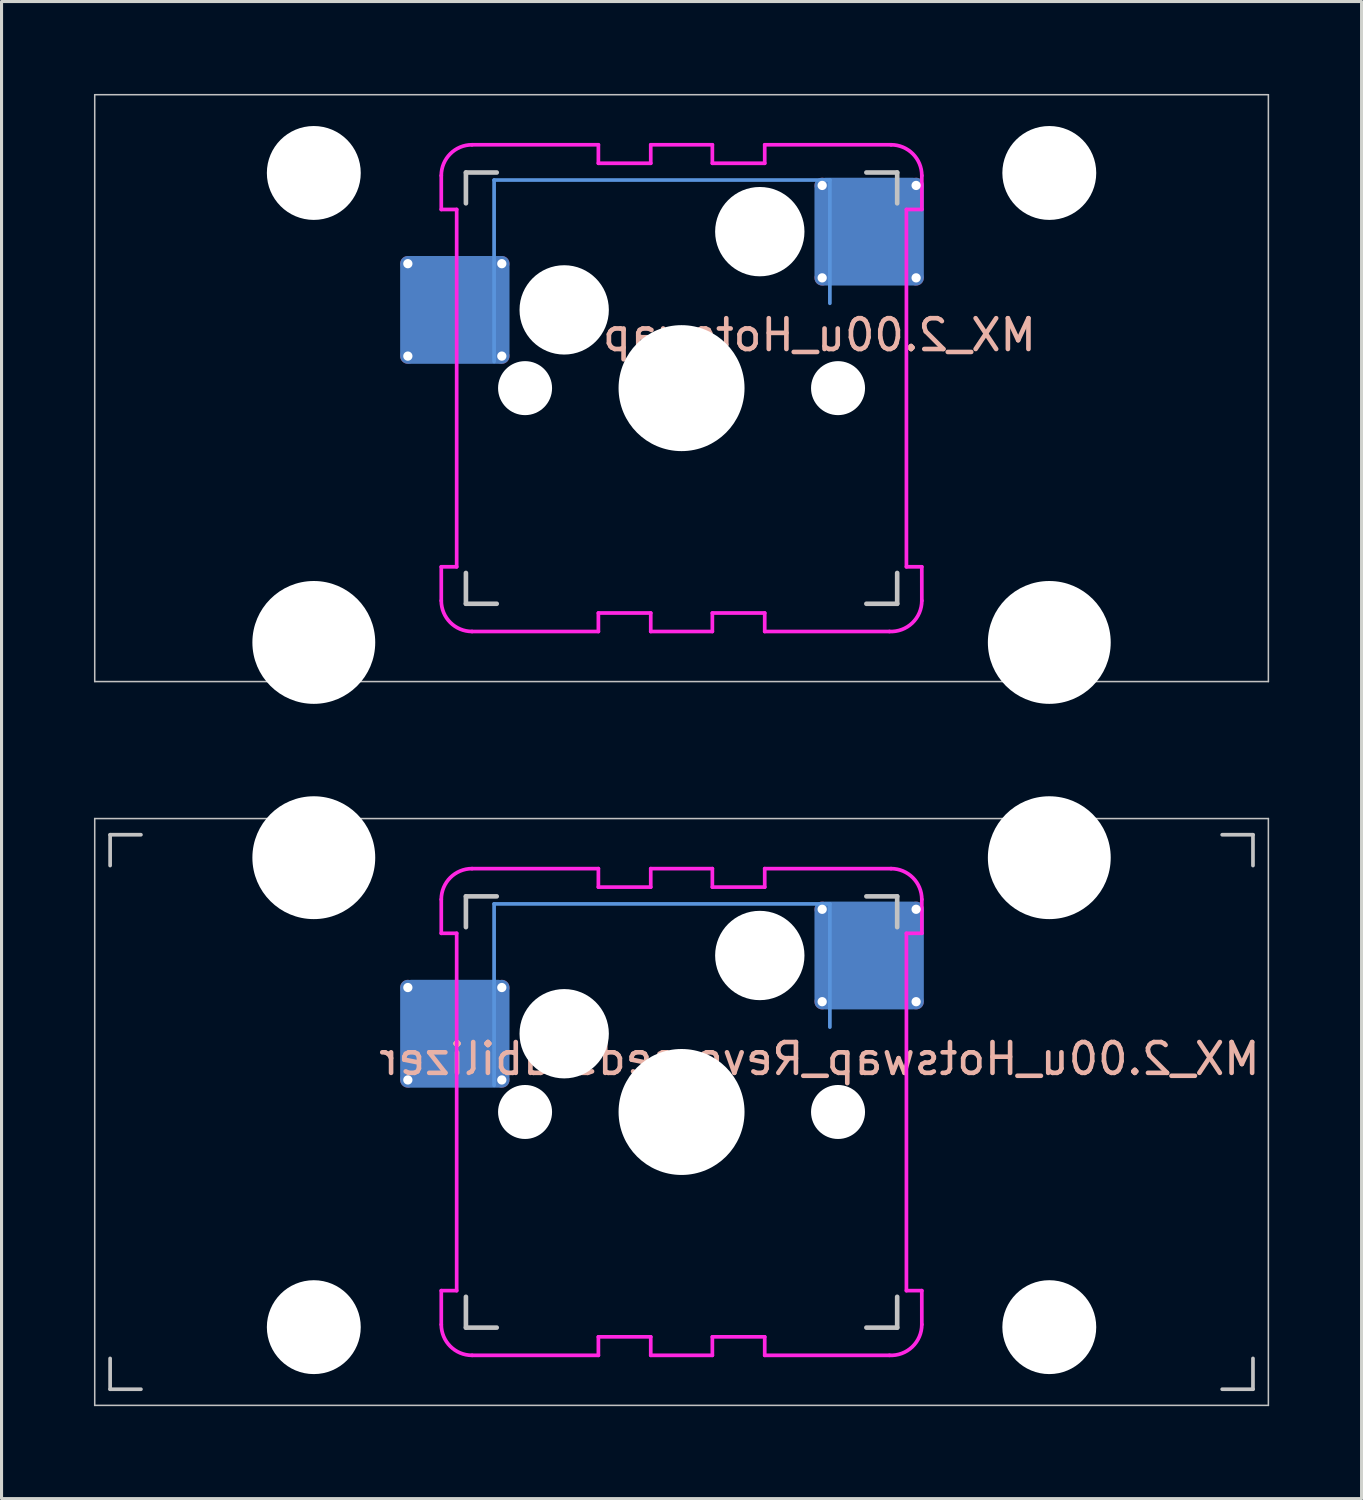
<source format=kicad_pcb>
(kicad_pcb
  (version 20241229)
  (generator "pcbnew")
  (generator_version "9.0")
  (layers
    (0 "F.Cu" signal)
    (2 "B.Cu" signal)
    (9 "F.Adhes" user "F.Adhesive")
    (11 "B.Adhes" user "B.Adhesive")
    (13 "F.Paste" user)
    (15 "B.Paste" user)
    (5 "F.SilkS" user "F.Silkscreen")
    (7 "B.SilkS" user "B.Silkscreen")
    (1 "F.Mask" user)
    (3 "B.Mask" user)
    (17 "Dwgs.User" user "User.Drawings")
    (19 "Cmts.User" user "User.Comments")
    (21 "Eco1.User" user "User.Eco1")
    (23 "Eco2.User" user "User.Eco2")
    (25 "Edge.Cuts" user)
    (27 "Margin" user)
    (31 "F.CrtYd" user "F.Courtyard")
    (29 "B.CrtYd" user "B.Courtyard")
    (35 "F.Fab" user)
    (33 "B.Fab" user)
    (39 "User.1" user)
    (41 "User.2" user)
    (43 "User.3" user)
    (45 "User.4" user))
  (footprint "MX_2.00u_Hotswap_ReversedStabilizer"
    (layer "F.Cu")
    (at 19.075 33.048)
    (property "Reference" "MX_2.00u_Hotswap_ReversedStabilizer" (at 4.475 -1.725 0) (unlocked yes) (layer "B.SilkS") (effects (font (size 1 1) (thickness 0.15)) (justify mirror)))
    (attr through_hole)
    (fp_line (start -19.05 -9.525) (end 19.05 -9.525) (stroke (width 0.05) (type solid)) (layer "Dwgs.User"))
    (fp_line (start -19.05 9.525) (end -19.05 -9.525) (stroke (width 0.05) (type solid)) (layer "Dwgs.User"))
    (fp_line (start -18.55 -9) (end -17.55 -9) (stroke (width 0.12) (type solid)) (layer "Dwgs.User"))
    (fp_line (start -18.55 -8) (end -18.55 -9) (stroke (width 0.12) (type solid)) (layer "Dwgs.User"))
    (fp_line (start -18.55 9) (end -18.55 8) (stroke (width 0.12) (type solid)) (layer "Dwgs.User"))
    (fp_line (start -17.55 9) (end -18.55 9) (stroke (width 0.12) (type solid)) (layer "Dwgs.User"))
    (fp_line (start -7 -7) (end -6 -7) (stroke (width 0.15) (type solid)) (layer "Dwgs.User"))
    (fp_line (start -7 -6) (end -7 -7) (stroke (width 0.15) (type solid)) (layer "Dwgs.User"))
    (fp_line (start -7 6) (end -7 7) (stroke (width 0.15) (type solid)) (layer "Dwgs.User"))
    (fp_line (start -7 7) (end -6 7) (stroke (width 0.15) (type solid)) (layer "Dwgs.User"))
    (fp_line (start 6 7) (end 7 7) (stroke (width 0.15) (type solid)) (layer "Dwgs.User"))
    (fp_line (start 7 -7) (end 6 -7) (stroke (width 0.15) (type solid)) (layer "Dwgs.User"))
    (fp_line (start 7 -7) (end 7 -6) (stroke (width 0.15) (type solid)) (layer "Dwgs.User"))
    (fp_line (start 7 7) (end 7 6) (stroke (width 0.15) (type solid)) (layer "Dwgs.User"))
    (fp_line (start 17.55 -9) (end 18.55 -9) (stroke (width 0.12) (type solid)) (layer "Dwgs.User"))
    (fp_line (start 18.55 -9) (end 18.55 -8) (stroke (width 0.12) (type solid)) (layer "Dwgs.User"))
    (fp_line (start 18.55 8) (end 18.55 9) (stroke (width 0.12) (type solid)) (layer "Dwgs.User"))
    (fp_line (start 18.55 9) (end 17.55 9) (stroke (width 0.12) (type solid)) (layer "Dwgs.User"))
    (fp_line (start 19.05 -9.525) (end 19.05 9.525) (stroke (width 0.05) (type solid)) (layer "Dwgs.User"))
    (fp_line (start 19.05 9.525) (end -19.05 9.525) (stroke (width 0.05) (type solid)) (layer "Dwgs.User"))
    (fp_line (start -6.085 -6.755) (end -6.085 -0.865) (stroke (width 0.12) (type solid)) (layer "Cmts.User"))
    (fp_line (start -6.085 -6.755) (end 4.815 -6.755) (stroke (width 0.12) (type solid)) (layer "Cmts.User"))
    (fp_line (start 4.815 -6.755) (end 4.815 -2.755) (stroke (width 0.12) (type solid)) (layer "Cmts.User"))
    (fp_line (start -7.8 -6.9) (end -7.8 -5.8) (stroke (width 0.12) (type solid)) (layer "F.CrtYd"))
    (fp_line (start -7.8 -5.8) (end -7.3 -5.8) (stroke (width 0.12) (type solid)) (layer "F.CrtYd"))
    (fp_line (start -7.8 5.8) (end -7.3 5.8) (stroke (width 0.12) (type solid)) (layer "F.CrtYd"))
    (fp_line (start -7.8 6.9) (end -7.8 5.8) (stroke (width 0.12) (type solid)) (layer "F.CrtYd"))
    (fp_line (start -7.3 -5.8) (end -7.3 5.8) (stroke (width 0.12) (type solid)) (layer "F.CrtYd"))
    (fp_line (start -6.8 -7.9) (end -2.7 -7.9) (stroke (width 0.12) (type solid)) (layer "F.CrtYd"))
    (fp_line (start -6.8 7.9) (end -2.7 7.9) (stroke (width 0.12) (type solid)) (layer "F.CrtYd"))
    (fp_line (start -2.7 -7.9) (end -2.7 -7.3) (stroke (width 0.12) (type solid)) (layer "F.CrtYd"))
    (fp_line (start -2.7 7.3) (end -1 7.3) (stroke (width 0.12) (type solid)) (layer "F.CrtYd"))
    (fp_line (start -2.7 7.9) (end -2.7 7.3) (stroke (width 0.12) (type solid)) (layer "F.CrtYd"))
    (fp_line (start -1 -7.9) (end -1 -7.3) (stroke (width 0.12) (type solid)) (layer "F.CrtYd"))
    (fp_line (start -1 -7.9) (end 1 -7.9) (stroke (width 0.12) (type solid)) (layer "F.CrtYd"))
    (fp_line (start -1 -7.3) (end -2.7 -7.3) (stroke (width 0.12) (type solid)) (layer "F.CrtYd"))
    (fp_line (start -1 7.3) (end -1 7.9) (stroke (width 0.12) (type solid)) (layer "F.CrtYd"))
    (fp_line (start -1 7.9) (end 1 7.9) (stroke (width 0.12) (type solid)) (layer "F.CrtYd"))
    (fp_line (start 1 -7.9) (end 1 -7.3) (stroke (width 0.12) (type solid)) (layer "F.CrtYd"))
    (fp_line (start 1 -7.3) (end 2.7 -7.3) (stroke (width 0.12) (type solid)) (layer "F.CrtYd"))
    (fp_line (start 1 7.3) (end 2.7 7.3) (stroke (width 0.12) (type solid)) (layer "F.CrtYd"))
    (fp_line (start 1 7.9) (end 1 7.3) (stroke (width 0.12) (type solid)) (layer "F.CrtYd"))
    (fp_line (start 2.7 -7.9) (end 2.7 -7.3) (stroke (width 0.12) (type solid)) (layer "F.CrtYd"))
    (fp_line (start 2.7 7.9) (end 2.7 7.3) (stroke (width 0.12) (type solid)) (layer "F.CrtYd"))
    (fp_line (start 6.749 7.9) (end 2.7 7.9) (stroke (width 0.12) (type solid)) (layer "F.CrtYd"))
    (fp_line (start 6.8 -7.9) (end 2.7 -7.9) (stroke (width 0.12) (type solid)) (layer "F.CrtYd"))
    (fp_line (start 7.3 5.8) (end 7.3 -5.8) (stroke (width 0.12) (type solid)) (layer "F.CrtYd"))
    (fp_line (start 7.799 5.8) (end 7.3 5.8) (stroke (width 0.12) (type solid)) (layer "F.CrtYd"))
    (fp_line (start 7.8 -6.9) (end 7.8 -5.8) (stroke (width 0.12) (type solid)) (layer "F.CrtYd"))
    (fp_line (start 7.8 -5.8) (end 7.3 -5.8) (stroke (width 0.12) (type solid)) (layer "F.CrtYd"))
    (fp_line (start 7.8 6.9) (end 7.799 5.8) (stroke (width 0.12) (type solid)) (layer "F.CrtYd"))
    (fp_arc (start -7.8 -6.9) (mid -7.507107 -7.607107) (end -6.8 -7.9) (stroke (width 0.12) (type solid)) (layer "F.CrtYd"))
    (fp_arc (start -6.8 7.9) (mid -7.507107 7.607107) (end -7.8 6.9) (stroke (width 0.12) (type solid)) (layer "F.CrtYd"))
    (fp_arc (start 6.8 -7.9) (mid 7.507107 -7.607107) (end 7.8 -6.9) (stroke (width 0.12) (type solid)) (layer "F.CrtYd"))
    (fp_arc (start 7.8 6.9) (mid 7.488837 7.625453) (end 6.748751 7.9) (stroke (width 0.12) (type solid)) (layer "F.CrtYd"))
    (pad "" np_thru_hole circle (at -11.938 -8.255) (size 3.988 3.988) (drill 3.988) (layers "*.Cu" "*.Mask"))
    (pad "" np_thru_hole circle (at -11.938 6.985) (size 3.048 3.048) (drill 3.048) (layers "*.Cu" "*.Mask"))
    (pad "" np_thru_hole circle (at -5.08 0) (size 1.753 1.753) (drill 1.753) (layers "*.Cu" "*.Mask"))
    (pad "" np_thru_hole circle (at -3.81 -2.54) (size 2.9 2.9) (drill 2.9) (layers "*.Cu" "*.Mask"))
    (pad "" np_thru_hole circle (at 0 0) (size 4.089 4.089) (drill 4.089) (layers "*.Cu" "*.Mask"))
    (pad "" np_thru_hole circle (at 2.54 -5.08) (size 2.9 2.9) (drill 2.9) (layers "*.Cu" "*.Mask"))
    (pad "" np_thru_hole circle (at 5.08 0) (size 1.753 1.753) (drill 1.753) (layers "*.Cu" "*.Mask"))
    (pad "" np_thru_hole circle (at 11.938 -8.255) (size 3.988 3.988) (drill 3.988) (layers "*.Cu" "*.Mask"))
    (pad "" np_thru_hole circle (at 11.938 6.985) (size 3.048 3.048) (drill 3.048) (layers "*.Cu" "*.Mask"))
    (pad "1" thru_hole circle (at -8.885 -4.04) (size 0.5 0.5) (drill 0.3) (layers "*.Cu" "*.Mask"))
    (pad "1" thru_hole circle (at -8.885 -1.04) (size 0.5 0.5) (drill 0.3) (layers "*.Cu" "*.Mask"))
    (pad "1" smd roundrect (at -7.36 -2.54) (size 3.55 3.5) (layers "B.Cu" "B.Mask" "B.Paste") (roundrect_rratio 0.1))
    (pad "1" thru_hole circle (at -5.835 -4.04) (size 0.5 0.5) (drill 0.3) (layers "*.Cu" "*.Mask"))
    (pad "1" thru_hole circle (at -5.835 -1.04) (size 0.5 0.5) (drill 0.3) (layers "*.Cu" "*.Mask"))
    (pad "2" thru_hole circle (at 4.565 -6.58) (size 0.5 0.5) (drill 0.3) (layers "*.Cu" "*.Mask"))
    (pad "2" thru_hole circle (at 4.565 -3.58) (size 0.5 0.5) (drill 0.3) (layers "*.Cu" "*.Mask"))
    (pad "2" smd roundrect (at 6.09 -5.08) (size 3.55 3.5) (layers "B.Cu" "B.Mask" "B.Paste") (roundrect_rratio 0.1))
    (pad "2" thru_hole circle (at 7.615 -6.58) (size 0.5 0.5) (drill 0.3) (layers "*.Cu" "*.Mask"))
    (pad "2" thru_hole circle (at 7.615 -3.58) (size 0.5 0.5) (drill 0.3) (layers "*.Cu" "*.Mask")))
  (footprint "MX_2.00u_Hotswap"
    (layer "F.Cu")
    (at 19.075 9.55)
    (property "Reference" "MX_2.00u_Hotswap" (at 4.475 -1.725 0) (unlocked yes) (layer "B.SilkS") (effects (font (size 1 1) (thickness 0.15)) (justify mirror)))
    (attr through_hole)
    (fp_line (start -19.05 -9.525) (end 19.05 -9.525) (stroke (width 0.05) (type solid)) (layer "Dwgs.User"))
    (fp_line (start -19.05 9.525) (end -19.05 -9.525) (stroke (width 0.05) (type solid)) (layer "Dwgs.User"))
    (fp_line (start -7 -7) (end -6 -7) (stroke (width 0.15) (type solid)) (layer "Dwgs.User"))
    (fp_line (start -7 -6) (end -7 -7) (stroke (width 0.15) (type solid)) (layer "Dwgs.User"))
    (fp_line (start -7 6) (end -7 7) (stroke (width 0.15) (type solid)) (layer "Dwgs.User"))
    (fp_line (start -7 7) (end -6 7) (stroke (width 0.15) (type solid)) (layer "Dwgs.User"))
    (fp_line (start 6 7) (end 7 7) (stroke (width 0.15) (type solid)) (layer "Dwgs.User"))
    (fp_line (start 7 -7) (end 6 -7) (stroke (width 0.15) (type solid)) (layer "Dwgs.User"))
    (fp_line (start 7 -7) (end 7 -6) (stroke (width 0.15) (type solid)) (layer "Dwgs.User"))
    (fp_line (start 7 7) (end 7 6) (stroke (width 0.15) (type solid)) (layer "Dwgs.User"))
    (fp_line (start 19.05 -9.525) (end 19.05 9.525) (stroke (width 0.05) (type solid)) (layer "Dwgs.User"))
    (fp_line (start 19.05 9.525) (end -19.05 9.525) (stroke (width 0.05) (type solid)) (layer "Dwgs.User"))
    (fp_line (start -6.085 -6.755) (end -6.085 -0.865) (stroke (width 0.12) (type solid)) (layer "Cmts.User"))
    (fp_line (start -6.085 -6.755) (end 4.815 -6.755) (stroke (width 0.12) (type solid)) (layer "Cmts.User"))
    (fp_line (start 4.815 -6.755) (end 4.815 -2.755) (stroke (width 0.12) (type solid)) (layer "Cmts.User"))
    (fp_line (start -7.8 -6.9) (end -7.8 -5.8) (stroke (width 0.12) (type solid)) (layer "F.CrtYd"))
    (fp_line (start -7.8 -5.8) (end -7.3 -5.8) (stroke (width 0.12) (type solid)) (layer "F.CrtYd"))
    (fp_line (start -7.8 5.8) (end -7.3 5.8) (stroke (width 0.12) (type solid)) (layer "F.CrtYd"))
    (fp_line (start -7.8 6.9) (end -7.8 5.8) (stroke (width 0.12) (type solid)) (layer "F.CrtYd"))
    (fp_line (start -7.3 -5.8) (end -7.3 5.8) (stroke (width 0.12) (type solid)) (layer "F.CrtYd"))
    (fp_line (start -6.8 -7.9) (end -2.7 -7.9) (stroke (width 0.12) (type solid)) (layer "F.CrtYd"))
    (fp_line (start -6.8 7.9) (end -2.7 7.9) (stroke (width 0.12) (type solid)) (layer "F.CrtYd"))
    (fp_line (start -2.7 -7.9) (end -2.7 -7.3) (stroke (width 0.12) (type solid)) (layer "F.CrtYd"))
    (fp_line (start -2.7 7.3) (end -1 7.3) (stroke (width 0.12) (type solid)) (layer "F.CrtYd"))
    (fp_line (start -2.7 7.9) (end -2.7 7.3) (stroke (width 0.12) (type solid)) (layer "F.CrtYd"))
    (fp_line (start -1 -7.9) (end -1 -7.3) (stroke (width 0.12) (type solid)) (layer "F.CrtYd"))
    (fp_line (start -1 -7.9) (end 1 -7.9) (stroke (width 0.12) (type solid)) (layer "F.CrtYd"))
    (fp_line (start -1 -7.3) (end -2.7 -7.3) (stroke (width 0.12) (type solid)) (layer "F.CrtYd"))
    (fp_line (start -1 7.3) (end -1 7.9) (stroke (width 0.12) (type solid)) (layer "F.CrtYd"))
    (fp_line (start -1 7.9) (end 1 7.9) (stroke (width 0.12) (type solid)) (layer "F.CrtYd"))
    (fp_line (start 1 -7.9) (end 1 -7.3) (stroke (width 0.12) (type solid)) (layer "F.CrtYd"))
    (fp_line (start 1 -7.3) (end 2.7 -7.3) (stroke (width 0.12) (type solid)) (layer "F.CrtYd"))
    (fp_line (start 1 7.3) (end 2.7 7.3) (stroke (width 0.12) (type solid)) (layer "F.CrtYd"))
    (fp_line (start 1 7.9) (end 1 7.3) (stroke (width 0.12) (type solid)) (layer "F.CrtYd"))
    (fp_line (start 2.7 -7.9) (end 2.7 -7.3) (stroke (width 0.12) (type solid)) (layer "F.CrtYd"))
    (fp_line (start 2.7 7.9) (end 2.7 7.3) (stroke (width 0.12) (type solid)) (layer "F.CrtYd"))
    (fp_line (start 6.749 7.9) (end 2.7 7.9) (stroke (width 0.12) (type solid)) (layer "F.CrtYd"))
    (fp_line (start 6.8 -7.9) (end 2.7 -7.9) (stroke (width 0.12) (type solid)) (layer "F.CrtYd"))
    (fp_line (start 7.3 5.8) (end 7.3 -5.8) (stroke (width 0.12) (type solid)) (layer "F.CrtYd"))
    (fp_line (start 7.799 5.8) (end 7.3 5.8) (stroke (width 0.12) (type solid)) (layer "F.CrtYd"))
    (fp_line (start 7.8 -6.9) (end 7.8 -5.8) (stroke (width 0.12) (type solid)) (layer "F.CrtYd"))
    (fp_line (start 7.8 -5.8) (end 7.3 -5.8) (stroke (width 0.12) (type solid)) (layer "F.CrtYd"))
    (fp_line (start 7.8 6.9) (end 7.799 5.8) (stroke (width 0.12) (type solid)) (layer "F.CrtYd"))
    (fp_arc (start -7.8 -6.9) (mid -7.507107 -7.607107) (end -6.8 -7.9) (stroke (width 0.12) (type solid)) (layer "F.CrtYd"))
    (fp_arc (start -6.8 7.9) (mid -7.507107 7.607107) (end -7.8 6.9) (stroke (width 0.12) (type solid)) (layer "F.CrtYd"))
    (fp_arc (start 6.8 -7.9) (mid 7.507107 -7.607107) (end 7.8 -6.9) (stroke (width 0.12) (type solid)) (layer "F.CrtYd"))
    (fp_arc (start 7.8 6.9) (mid 7.488837 7.625453) (end 6.748751 7.9) (stroke (width 0.12) (type solid)) (layer "F.CrtYd"))
    (pad "" np_thru_hole circle (at -11.938 -6.985) (size 3.048 3.048) (drill 3.048) (layers "*.Cu" "*.Mask"))
    (pad "" np_thru_hole circle (at -11.938 8.255) (size 3.988 3.988) (drill 3.988) (layers "*.Cu" "*.Mask"))
    (pad "" np_thru_hole circle (at -5.08 0) (size 1.753 1.753) (drill 1.753) (layers "*.Cu" "*.Mask"))
    (pad "" np_thru_hole circle (at -3.81 -2.54) (size 2.9 2.9) (drill 2.9) (layers "*.Cu" "*.Mask"))
    (pad "" np_thru_hole circle (at 0 0) (size 4.089 4.089) (drill 4.089) (layers "*.Cu" "*.Mask"))
    (pad "" np_thru_hole circle (at 2.54 -5.08) (size 2.9 2.9) (drill 2.9) (layers "*.Cu" "*.Mask"))
    (pad "" np_thru_hole circle (at 5.08 0) (size 1.753 1.753) (drill 1.753) (layers "*.Cu" "*.Mask"))
    (pad "" np_thru_hole circle (at 11.938 -6.985) (size 3.048 3.048) (drill 3.048) (layers "*.Cu" "*.Mask"))
    (pad "" np_thru_hole circle (at 11.938 8.255) (size 3.988 3.988) (drill 3.988) (layers "*.Cu" "*.Mask"))
    (pad "1" thru_hole circle (at -8.885 -4.04) (size 0.5 0.5) (drill 0.3) (layers "*.Cu" "*.Mask"))
    (pad "1" thru_hole circle (at -8.885 -1.04) (size 0.5 0.5) (drill 0.3) (layers "*.Cu" "*.Mask"))
    (pad "1" smd roundrect (at -7.36 -2.54) (size 3.55 3.5) (layers "B.Cu" "B.Mask" "B.Paste") (roundrect_rratio 0.1))
    (pad "1" thru_hole circle (at -5.835 -4.04) (size 0.5 0.5) (drill 0.3) (layers "*.Cu" "*.Mask"))
    (pad "1" thru_hole circle (at -5.835 -1.04) (size 0.5 0.5) (drill 0.3) (layers "*.Cu" "*.Mask"))
    (pad "2" thru_hole circle (at 4.565 -6.58) (size 0.5 0.5) (drill 0.3) (layers "*.Cu" "*.Mask"))
    (pad "2" thru_hole circle (at 4.565 -3.58) (size 0.5 0.5) (drill 0.3) (layers "*.Cu" "*.Mask"))
    (pad "2" smd roundrect (at 6.09 -5.08) (size 3.55 3.5) (layers "B.Cu" "B.Mask" "B.Paste") (roundrect_rratio 0.1))
    (pad "2" thru_hole circle (at 7.615 -6.58) (size 0.5 0.5) (drill 0.3) (layers "*.Cu" "*.Mask"))
    (pad "2" thru_hole circle (at 7.615 -3.58) (size 0.5 0.5) (drill 0.3) (layers "*.Cu" "*.Mask")))
  (gr_rect
    (start -3 -3)
    (end 41.15 45.598)
    (stroke (width 0.1) (type default))
    (fill no)
    (layer "Edge.Cuts")))
</source>
